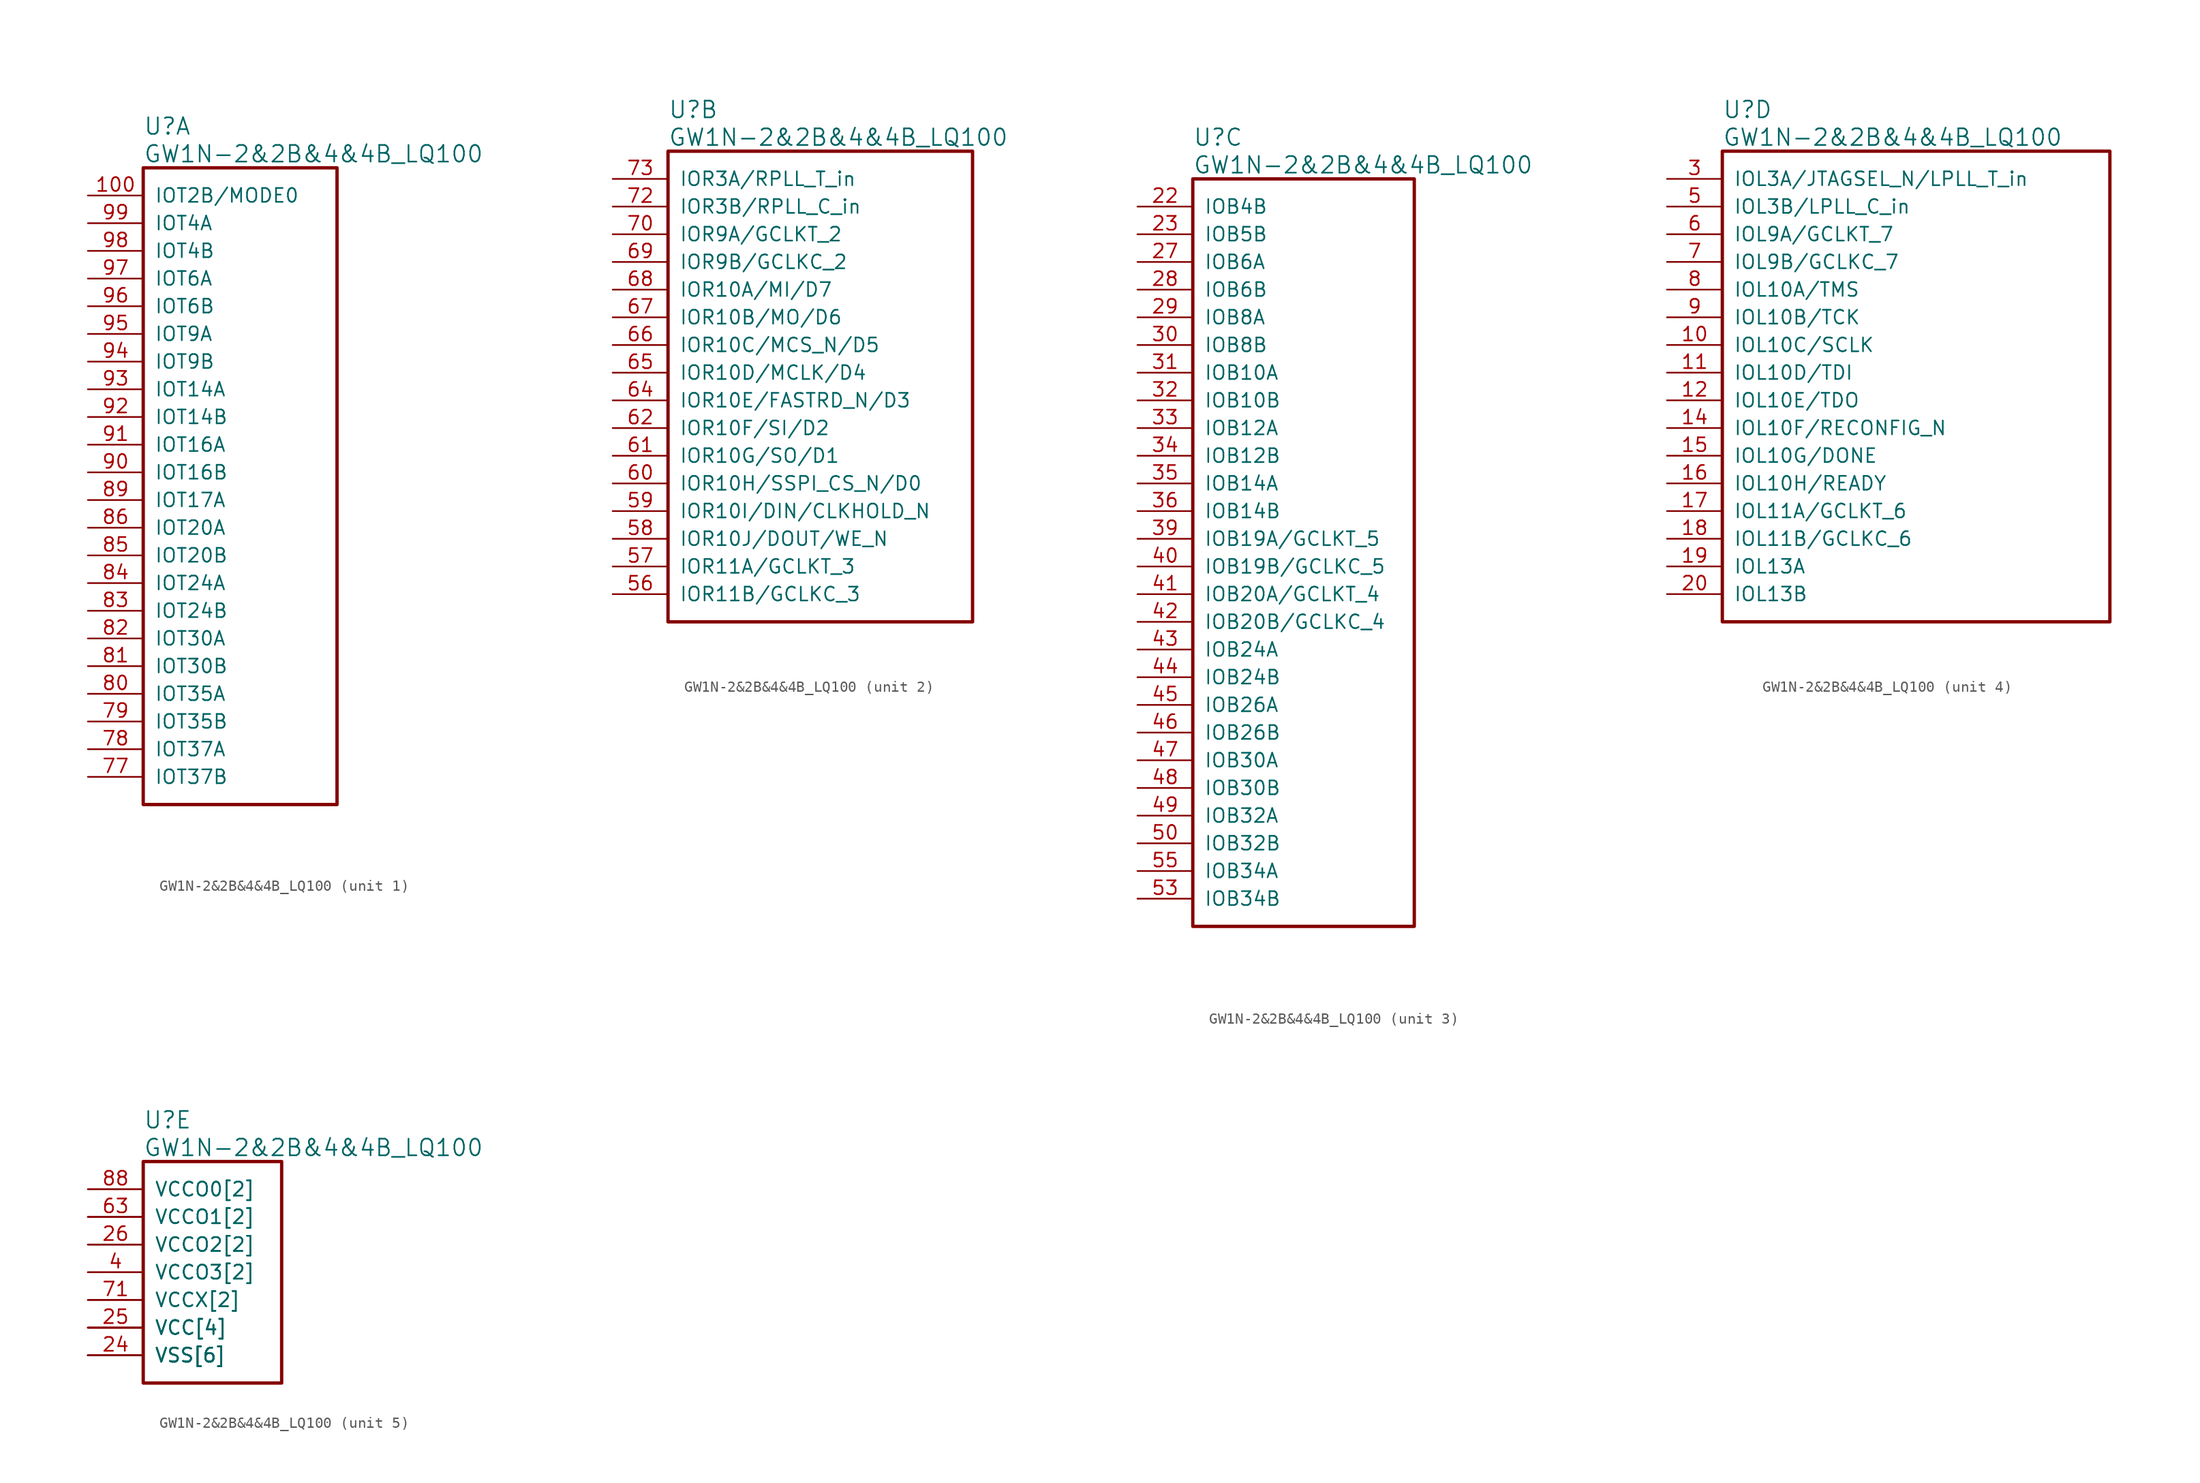
<source format=kicad_sym>
(kicad_symbol_lib
  (version 20220914)
  (generator kicad_symbol_editor)
  (symbol "GW1N-2&2B&4&4B_LQ100"
    (pin_names
      (offset 1.016))
    (property "Reference" "U"
      (at 5.08 6.35 0)
      (effects (font (size 1.524 1.524)) (justify left)))
    (property "Value" "GW1N-2&2B&4&4B_LQ100"
      (at 5.08 3.81 0)
      (effects (font (size 1.524 1.524)) (justify left)))
    (property "ki_locked" ""
      (at 0 0 0)
      (effects (font (size 1.27 1.27))))
    (symbol "GW1N-2&2B&4&4B_LQ100_1_1"
      (rectangle (start 5.08 2.54) (end 22.86 -55.88) (stroke (width 0.305) (type solid)) (fill (type none)))
      (pin bidirectional line (at 0 0 0) (length 5.08) (name "IOT2B/MODE0" (effects (font (size 1.27 1.27)))) (number "100" (effects (font (size 1.27 1.27)))))
      (pin bidirectional line (at 0 -53.34 0) (length 5.08) (name "IOT37B" (effects (font (size 1.27 1.27)))) (number "77" (effects (font (size 1.27 1.27)))))
      (pin bidirectional line (at 0 -50.8 0) (length 5.08) (name "IOT37A" (effects (font (size 1.27 1.27)))) (number "78" (effects (font (size 1.27 1.27)))))
      (pin bidirectional line (at 0 -48.26 0) (length 5.08) (name "IOT35B" (effects (font (size 1.27 1.27)))) (number "79" (effects (font (size 1.27 1.27)))))
      (pin bidirectional line (at 0 -45.72 0) (length 5.08) (name "IOT35A" (effects (font (size 1.27 1.27)))) (number "80" (effects (font (size 1.27 1.27)))))
      (pin bidirectional line (at 0 -43.18 0) (length 5.08) (name "IOT30B" (effects (font (size 1.27 1.27)))) (number "81" (effects (font (size 1.27 1.27)))))
      (pin bidirectional line (at 0 -40.64 0) (length 5.08) (name "IOT30A" (effects (font (size 1.27 1.27)))) (number "82" (effects (font (size 1.27 1.27)))))
      (pin bidirectional line (at 0 -38.1 0) (length 5.08) (name "IOT24B" (effects (font (size 1.27 1.27)))) (number "83" (effects (font (size 1.27 1.27)))))
      (pin bidirectional line (at 0 -35.56 0) (length 5.08) (name "IOT24A" (effects (font (size 1.27 1.27)))) (number "84" (effects (font (size 1.27 1.27)))))
      (pin bidirectional line (at 0 -33.02 0) (length 5.08) (name "IOT20B" (effects (font (size 1.27 1.27)))) (number "85" (effects (font (size 1.27 1.27)))))
      (pin bidirectional line (at 0 -30.48 0) (length 5.08) (name "IOT20A" (effects (font (size 1.27 1.27)))) (number "86" (effects (font (size 1.27 1.27)))))
      (pin bidirectional line (at 0 -27.94 0) (length 5.08) (name "IOT17A" (effects (font (size 1.27 1.27)))) (number "89" (effects (font (size 1.27 1.27)))))
      (pin bidirectional line (at 0 -25.4 0) (length 5.08) (name "IOT16B" (effects (font (size 1.27 1.27)))) (number "90" (effects (font (size 1.27 1.27)))))
      (pin bidirectional line (at 0 -22.86 0) (length 5.08) (name "IOT16A" (effects (font (size 1.27 1.27)))) (number "91" (effects (font (size 1.27 1.27)))))
      (pin bidirectional line (at 0 -20.32 0) (length 5.08) (name "IOT14B" (effects (font (size 1.27 1.27)))) (number "92" (effects (font (size 1.27 1.27)))))
      (pin bidirectional line (at 0 -17.78 0) (length 5.08) (name "IOT14A" (effects (font (size 1.27 1.27)))) (number "93" (effects (font (size 1.27 1.27)))))
      (pin bidirectional line (at 0 -15.24 0) (length 5.08) (name "IOT9B" (effects (font (size 1.27 1.27)))) (number "94" (effects (font (size 1.27 1.27)))))
      (pin bidirectional line (at 0 -12.7 0) (length 5.08) (name "IOT9A" (effects (font (size 1.27 1.27)))) (number "95" (effects (font (size 1.27 1.27)))))
      (pin bidirectional line (at 0 -10.16 0) (length 5.08) (name "IOT6B" (effects (font (size 1.27 1.27)))) (number "96" (effects (font (size 1.27 1.27)))))
      (pin bidirectional line (at 0 -7.62 0) (length 5.08) (name "IOT6A" (effects (font (size 1.27 1.27)))) (number "97" (effects (font (size 1.27 1.27)))))
      (pin bidirectional line (at 0 -5.08 0) (length 5.08) (name "IOT4B" (effects (font (size 1.27 1.27)))) (number "98" (effects (font (size 1.27 1.27)))))
      (pin bidirectional line (at 0 -2.54 0) (length 5.08) (name "IOT4A" (effects (font (size 1.27 1.27)))) (number "99" (effects (font (size 1.27 1.27))))))
    (symbol "GW1N-2&2B&4&4B_LQ100_2_1"
      (rectangle (start 5.08 2.54) (end 33.02 -40.64) (stroke (width 0.305) (type solid)) (fill (type none)))
      (pin bidirectional line (at 0 -38.1 0) (length 5.08) (name "IOR11B/GCLKC_3" (effects (font (size 1.27 1.27)))) (number "56" (effects (font (size 1.27 1.27)))))
      (pin bidirectional line (at 0 -35.56 0) (length 5.08) (name "IOR11A/GCLKT_3" (effects (font (size 1.27 1.27)))) (number "57" (effects (font (size 1.27 1.27)))))
      (pin bidirectional line (at 0 -33.02 0) (length 5.08) (name "IOR10J/DOUT/WE_N" (effects (font (size 1.27 1.27)))) (number "58" (effects (font (size 1.27 1.27)))))
      (pin bidirectional line (at 0 -30.48 0) (length 5.08) (name "IOR10I/DIN/CLKHOLD_N" (effects (font (size 1.27 1.27)))) (number "59" (effects (font (size 1.27 1.27)))))
      (pin bidirectional line (at 0 -27.94 0) (length 5.08) (name "IOR10H/SSPI_CS_N/D0" (effects (font (size 1.27 1.27)))) (number "60" (effects (font (size 1.27 1.27)))))
      (pin bidirectional line (at 0 -25.4 0) (length 5.08) (name "IOR10G/SO/D1" (effects (font (size 1.27 1.27)))) (number "61" (effects (font (size 1.27 1.27)))))
      (pin bidirectional line (at 0 -22.86 0) (length 5.08) (name "IOR10F/SI/D2" (effects (font (size 1.27 1.27)))) (number "62" (effects (font (size 1.27 1.27)))))
      (pin bidirectional line (at 0 -20.32 0) (length 5.08) (name "IOR10E/FASTRD_N/D3" (effects (font (size 1.27 1.27)))) (number "64" (effects (font (size 1.27 1.27)))))
      (pin bidirectional line (at 0 -17.78 0) (length 5.08) (name "IOR10D/MCLK/D4" (effects (font (size 1.27 1.27)))) (number "65" (effects (font (size 1.27 1.27)))))
      (pin bidirectional line (at 0 -15.24 0) (length 5.08) (name "IOR10C/MCS_N/D5" (effects (font (size 1.27 1.27)))) (number "66" (effects (font (size 1.27 1.27)))))
      (pin bidirectional line (at 0 -12.7 0) (length 5.08) (name "IOR10B/MO/D6" (effects (font (size 1.27 1.27)))) (number "67" (effects (font (size 1.27 1.27)))))
      (pin bidirectional line (at 0 -10.16 0) (length 5.08) (name "IOR10A/MI/D7" (effects (font (size 1.27 1.27)))) (number "68" (effects (font (size 1.27 1.27)))))
      (pin bidirectional line (at 0 -7.62 0) (length 5.08) (name "IOR9B/GCLKC_2" (effects (font (size 1.27 1.27)))) (number "69" (effects (font (size 1.27 1.27)))))
      (pin bidirectional line (at 0 -5.08 0) (length 5.08) (name "IOR9A/GCLKT_2" (effects (font (size 1.27 1.27)))) (number "70" (effects (font (size 1.27 1.27)))))
      (pin bidirectional line (at 0 -2.54 0) (length 5.08) (name "IOR3B/RPLL_C_in" (effects (font (size 1.27 1.27)))) (number "72" (effects (font (size 1.27 1.27)))))
      (pin bidirectional line (at 0 0 0) (length 5.08) (name "IOR3A/RPLL_T_in" (effects (font (size 1.27 1.27)))) (number "73" (effects (font (size 1.27 1.27))))))
    (symbol "GW1N-2&2B&4&4B_LQ100_3_1"
      (rectangle (start 5.08 2.54) (end 25.4 -66.04) (stroke (width 0.305) (type solid)) (fill (type none)))
      (pin bidirectional line (at 0 0 0) (length 5.08) (name "IOB4B" (effects (font (size 1.27 1.27)))) (number "22" (effects (font (size 1.27 1.27)))))
      (pin bidirectional line (at 0 -2.54 0) (length 5.08) (name "IOB5B" (effects (font (size 1.27 1.27)))) (number "23" (effects (font (size 1.27 1.27)))))
      (pin bidirectional line (at 0 -5.08 0) (length 5.08) (name "IOB6A" (effects (font (size 1.27 1.27)))) (number "27" (effects (font (size 1.27 1.27)))))
      (pin bidirectional line (at 0 -7.62 0) (length 5.08) (name "IOB6B" (effects (font (size 1.27 1.27)))) (number "28" (effects (font (size 1.27 1.27)))))
      (pin bidirectional line (at 0 -10.16 0) (length 5.08) (name "IOB8A" (effects (font (size 1.27 1.27)))) (number "29" (effects (font (size 1.27 1.27)))))
      (pin bidirectional line (at 0 -12.7 0) (length 5.08) (name "IOB8B" (effects (font (size 1.27 1.27)))) (number "30" (effects (font (size 1.27 1.27)))))
      (pin bidirectional line (at 0 -15.24 0) (length 5.08) (name "IOB10A" (effects (font (size 1.27 1.27)))) (number "31" (effects (font (size 1.27 1.27)))))
      (pin bidirectional line (at 0 -17.78 0) (length 5.08) (name "IOB10B" (effects (font (size 1.27 1.27)))) (number "32" (effects (font (size 1.27 1.27)))))
      (pin bidirectional line (at 0 -20.32 0) (length 5.08) (name "IOB12A" (effects (font (size 1.27 1.27)))) (number "33" (effects (font (size 1.27 1.27)))))
      (pin bidirectional line (at 0 -22.86 0) (length 5.08) (name "IOB12B" (effects (font (size 1.27 1.27)))) (number "34" (effects (font (size 1.27 1.27)))))
      (pin bidirectional line (at 0 -25.4 0) (length 5.08) (name "IOB14A" (effects (font (size 1.27 1.27)))) (number "35" (effects (font (size 1.27 1.27)))))
      (pin bidirectional line (at 0 -27.94 0) (length 5.08) (name "IOB14B" (effects (font (size 1.27 1.27)))) (number "36" (effects (font (size 1.27 1.27)))))
      (pin bidirectional line (at 0 -30.48 0) (length 5.08) (name "IOB19A/GCLKT_5" (effects (font (size 1.27 1.27)))) (number "39" (effects (font (size 1.27 1.27)))))
      (pin bidirectional line (at 0 -33.02 0) (length 5.08) (name "IOB19B/GCLKC_5" (effects (font (size 1.27 1.27)))) (number "40" (effects (font (size 1.27 1.27)))))
      (pin bidirectional line (at 0 -35.56 0) (length 5.08) (name "IOB20A/GCLKT_4" (effects (font (size 1.27 1.27)))) (number "41" (effects (font (size 1.27 1.27)))))
      (pin bidirectional line (at 0 -38.1 0) (length 5.08) (name "IOB20B/GCLKC_4" (effects (font (size 1.27 1.27)))) (number "42" (effects (font (size 1.27 1.27)))))
      (pin bidirectional line (at 0 -40.64 0) (length 5.08) (name "IOB24A" (effects (font (size 1.27 1.27)))) (number "43" (effects (font (size 1.27 1.27)))))
      (pin bidirectional line (at 0 -43.18 0) (length 5.08) (name "IOB24B" (effects (font (size 1.27 1.27)))) (number "44" (effects (font (size 1.27 1.27)))))
      (pin bidirectional line (at 0 -45.72 0) (length 5.08) (name "IOB26A" (effects (font (size 1.27 1.27)))) (number "45" (effects (font (size 1.27 1.27)))))
      (pin bidirectional line (at 0 -48.26 0) (length 5.08) (name "IOB26B" (effects (font (size 1.27 1.27)))) (number "46" (effects (font (size 1.27 1.27)))))
      (pin bidirectional line (at 0 -50.8 0) (length 5.08) (name "IOB30A" (effects (font (size 1.27 1.27)))) (number "47" (effects (font (size 1.27 1.27)))))
      (pin bidirectional line (at 0 -53.34 0) (length 5.08) (name "IOB30B" (effects (font (size 1.27 1.27)))) (number "48" (effects (font (size 1.27 1.27)))))
      (pin bidirectional line (at 0 -55.88 0) (length 5.08) (name "IOB32A" (effects (font (size 1.27 1.27)))) (number "49" (effects (font (size 1.27 1.27)))))
      (pin bidirectional line (at 0 -58.42 0) (length 5.08) (name "IOB32B" (effects (font (size 1.27 1.27)))) (number "50" (effects (font (size 1.27 1.27)))))
      (pin bidirectional line (at 0 -63.5 0) (length 5.08) (name "IOB34B" (effects (font (size 1.27 1.27)))) (number "53" (effects (font (size 1.27 1.27)))))
      (pin bidirectional line (at 0 -60.96 0) (length 5.08) (name "IOB34A" (effects (font (size 1.27 1.27)))) (number "55" (effects (font (size 1.27 1.27))))))
    (symbol "GW1N-2&2B&4&4B_LQ100_4_1"
      (rectangle (start 5.08 2.54) (end 40.64 -40.64) (stroke (width 0.305) (type solid)) (fill (type none)))
      (pin bidirectional line (at 0 -15.24 0) (length 5.08) (name "IOL10C/SCLK" (effects (font (size 1.27 1.27)))) (number "10" (effects (font (size 1.27 1.27)))))
      (pin bidirectional line (at 0 -17.78 0) (length 5.08) (name "IOL10D/TDI" (effects (font (size 1.27 1.27)))) (number "11" (effects (font (size 1.27 1.27)))))
      (pin bidirectional line (at 0 -20.32 0) (length 5.08) (name "IOL10E/TDO" (effects (font (size 1.27 1.27)))) (number "12" (effects (font (size 1.27 1.27)))))
      (pin bidirectional line (at 0 -22.86 0) (length 5.08) (name "IOL10F/RECONFIG_N" (effects (font (size 1.27 1.27)))) (number "14" (effects (font (size 1.27 1.27)))))
      (pin bidirectional line (at 0 -25.4 0) (length 5.08) (name "IOL10G/DONE" (effects (font (size 1.27 1.27)))) (number "15" (effects (font (size 1.27 1.27)))))
      (pin bidirectional line (at 0 -27.94 0) (length 5.08) (name "IOL10H/READY" (effects (font (size 1.27 1.27)))) (number "16" (effects (font (size 1.27 1.27)))))
      (pin bidirectional line (at 0 -30.48 0) (length 5.08) (name "IOL11A/GCLKT_6" (effects (font (size 1.27 1.27)))) (number "17" (effects (font (size 1.27 1.27)))))
      (pin bidirectional line (at 0 -33.02 0) (length 5.08) (name "IOL11B/GCLKC_6" (effects (font (size 1.27 1.27)))) (number "18" (effects (font (size 1.27 1.27)))))
      (pin bidirectional line (at 0 -35.56 0) (length 5.08) (name "IOL13A" (effects (font (size 1.27 1.27)))) (number "19" (effects (font (size 1.27 1.27)))))
      (pin bidirectional line (at 0 -38.1 0) (length 5.08) (name "IOL13B" (effects (font (size 1.27 1.27)))) (number "20" (effects (font (size 1.27 1.27)))))
      (pin bidirectional line (at 0 0 0) (length 5.08) (name "IOL3A/JTAGSEL_N/LPLL_T_in" (effects (font (size 1.27 1.27)))) (number "3" (effects (font (size 1.27 1.27)))))
      (pin bidirectional line (at 0 -2.54 0) (length 5.08) (name "IOL3B/LPLL_C_in" (effects (font (size 1.27 1.27)))) (number "5" (effects (font (size 1.27 1.27)))))
      (pin bidirectional line (at 0 -5.08 0) (length 5.08) (name "IOL9A/GCLKT_7" (effects (font (size 1.27 1.27)))) (number "6" (effects (font (size 1.27 1.27)))))
      (pin bidirectional line (at 0 -7.62 0) (length 5.08) (name "IOL9B/GCLKC_7" (effects (font (size 1.27 1.27)))) (number "7" (effects (font (size 1.27 1.27)))))
      (pin bidirectional line (at 0 -10.16 0) (length 5.08) (name "IOL10A/TMS" (effects (font (size 1.27 1.27)))) (number "8" (effects (font (size 1.27 1.27)))))
      (pin bidirectional line (at 0 -12.7 0) (length 5.08) (name "IOL10B/TCK" (effects (font (size 1.27 1.27)))) (number "9" (effects (font (size 1.27 1.27))))))
    (symbol "GW1N-2&2B&4&4B_LQ100_5_1"
      (rectangle (start 5.08 2.54) (end 17.78 -17.78) (stroke (width 0.305) (type solid)) (fill (type none)))
      (pin power_in line (at 0 -12.7 0) (length 5.08) (name "VCC[4]" (effects (font (size 1.27 1.27)))) (number "1" (effects (font (size 0 0)))))
      (pin power_in line (at 0 -7.62 0) (length 5.08) (name "VCCO3[2]" (effects (font (size 1.27 1.27)))) (number "13" (effects (font (size 0 0)))))
      (pin power_in line (at 0 -15.24 0) (length 5.08) (name "VSS[6]" (effects (font (size 1.27 1.27)))) (number "2" (effects (font (size 0 0)))))
      (pin power_in line (at 0 -10.16 0) (length 5.08) (name "VCCX[2]" (effects (font (size 1.27 1.27)))) (number "21" (effects (font (size 0 0)))))
      (pin power_in line (at 0 -15.24 0) (length 5.08) (name "VSS[6]" (effects (font (size 1.27 1.27)))) (number "24" (effects (font (size 1.27 1.27)))))
      (pin power_in line (at 0 -12.7 0) (length 5.08) (name "VCC[4]" (effects (font (size 1.27 1.27)))) (number "25" (effects (font (size 1.27 1.27)))))
      (pin power_in line (at 0 -5.08 0) (length 5.08) (name "VCCO2[2]" (effects (font (size 1.27 1.27)))) (number "26" (effects (font (size 1.27 1.27)))))
      (pin power_in line (at 0 -15.24 0) (length 5.08) (name "VSS[6]" (effects (font (size 1.27 1.27)))) (number "37" (effects (font (size 0 0)))))
      (pin power_in line (at 0 -5.08 0) (length 5.08) (name "VCCO2[2]" (effects (font (size 1.27 1.27)))) (number "38" (effects (font (size 0 0)))))
      (pin power_in line (at 0 -7.62 0) (length 5.08) (name "VCCO3[2]" (effects (font (size 1.27 1.27)))) (number "4" (effects (font (size 1.27 1.27)))))
      (pin power_in line (at 0 -12.7 0) (length 5.08) (name "VCC[4]" (effects (font (size 1.27 1.27)))) (number "51" (effects (font (size 0 0)))))
      (pin power_in line (at 0 -15.24 0) (length 5.08) (name "VSS[6]" (effects (font (size 1.27 1.27)))) (number "52" (effects (font (size 0 0)))))
      (pin power_in line (at 0 -2.54 0) (length 5.08) (name "VCCO1[2]" (effects (font (size 1.27 1.27)))) (number "54" (effects (font (size 0 0)))))
      (pin power_in line (at 0 -2.54 0) (length 5.08) (name "VCCO1[2]" (effects (font (size 1.27 1.27)))) (number "63" (effects (font (size 1.27 1.27)))))
      (pin power_in line (at 0 -10.16 0) (length 5.08) (name "VCCX[2]" (effects (font (size 1.27 1.27)))) (number "71" (effects (font (size 1.27 1.27)))))
      (pin power_in line (at 0 -15.24 0) (length 5.08) (name "VSS[6]" (effects (font (size 1.27 1.27)))) (number "74" (effects (font (size 0 0)))))
      (pin power_in line (at 0 -12.7 0) (length 5.08) (name "VCC[4]" (effects (font (size 1.27 1.27)))) (number "75" (effects (font (size 0 0)))))
      (pin power_in line (at 0 0 0) (length 5.08) (name "VCCO0[2]" (effects (font (size 1.27 1.27)))) (number "76" (effects (font (size 0 0)))))
      (pin power_in line (at 0 -15.24 0) (length 5.08) (name "VSS[6]" (effects (font (size 1.27 1.27)))) (number "87" (effects (font (size 0 0)))))
      (pin power_in line (at 0 0 0) (length 5.08) (name "VCCO0[2]" (effects (font (size 1.27 1.27)))) (number "88" (effects (font (size 1.27 1.27))))))))
</source>
